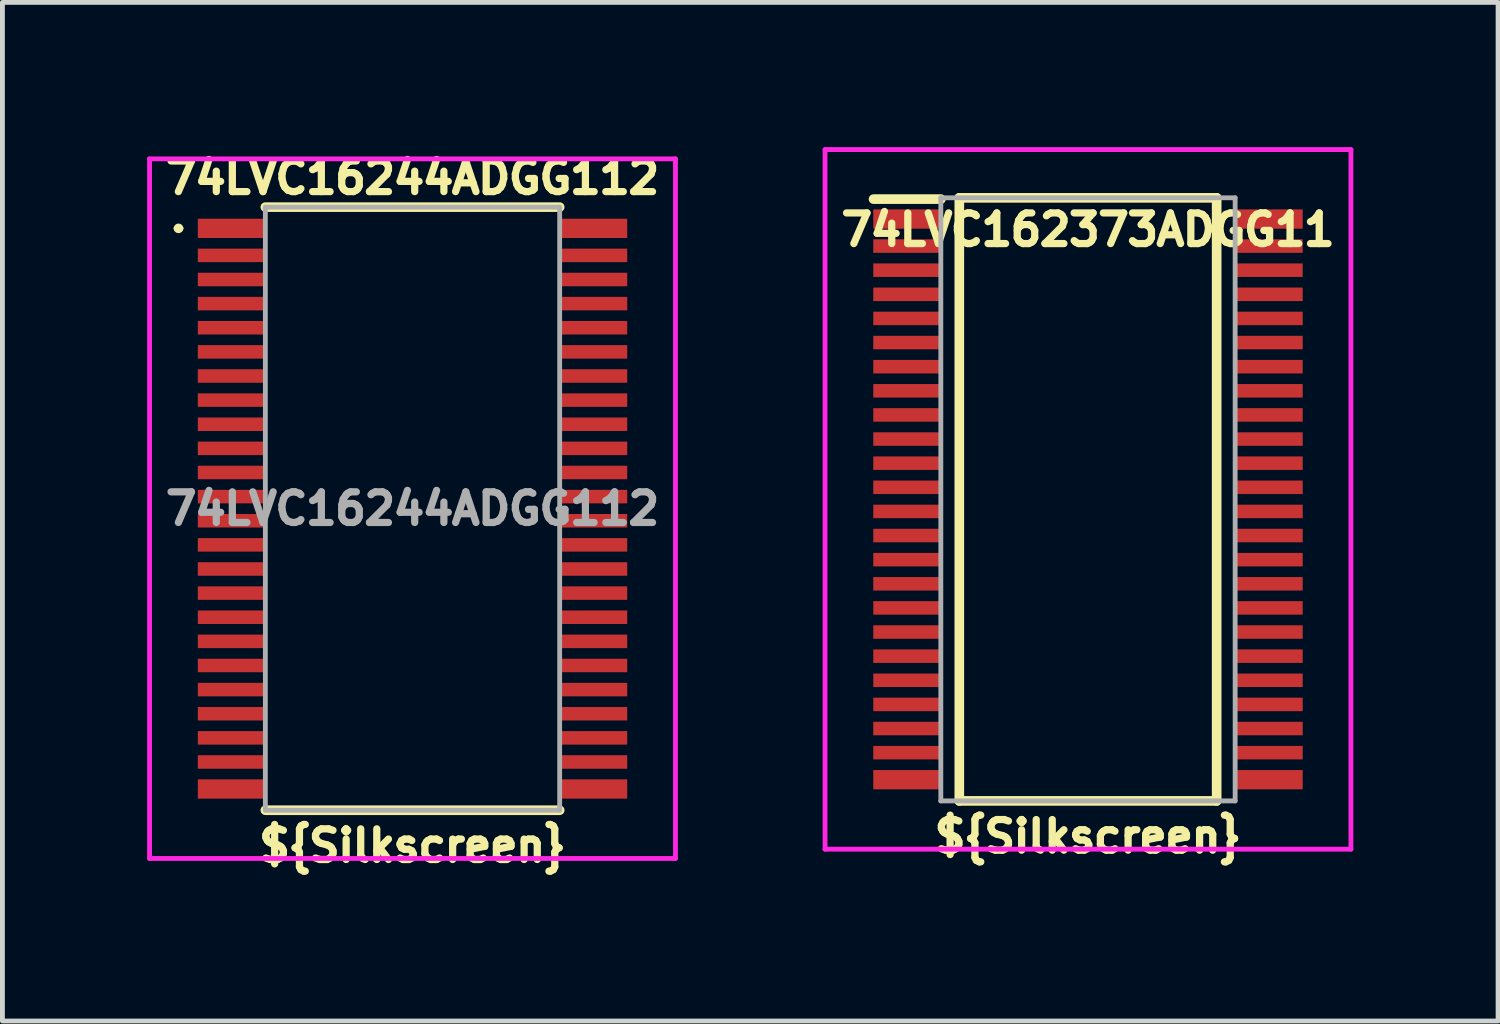
<source format=kicad_pcb>
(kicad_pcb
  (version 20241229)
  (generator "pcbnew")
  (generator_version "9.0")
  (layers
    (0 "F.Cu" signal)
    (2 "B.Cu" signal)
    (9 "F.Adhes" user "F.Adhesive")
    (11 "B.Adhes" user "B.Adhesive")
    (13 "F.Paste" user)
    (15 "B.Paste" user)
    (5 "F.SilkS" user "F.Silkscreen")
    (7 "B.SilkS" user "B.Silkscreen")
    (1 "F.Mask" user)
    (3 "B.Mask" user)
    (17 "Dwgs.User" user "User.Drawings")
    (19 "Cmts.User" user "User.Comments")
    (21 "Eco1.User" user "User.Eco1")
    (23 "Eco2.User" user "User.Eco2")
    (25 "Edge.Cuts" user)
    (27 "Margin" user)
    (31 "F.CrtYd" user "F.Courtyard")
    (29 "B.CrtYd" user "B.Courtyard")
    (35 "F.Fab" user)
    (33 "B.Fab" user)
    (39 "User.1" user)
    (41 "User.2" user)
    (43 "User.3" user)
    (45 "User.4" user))
  (footprint "74LVC16244ADGG112"
    (layer "F.Cu")
    (at 5.5 7.493)
    (property "Reference" "74LVC16244ADGG112" (at 0 -6.858 0) (layer "F.SilkS") (effects (font (size 0.635 0.635) (thickness 0.15) (bold yes))))
    (attr smd)
    (fp_line (start -4.9 -5.81) (end -4.9 -5.81) (stroke (width 0.1) (type solid)) (layer "F.SilkS"))
    (fp_line (start -4.8 -5.81) (end -4.8 -5.81) (stroke (width 0.1) (type solid)) (layer "F.SilkS"))
    (fp_line (start 3.05 -6.25) (end -3.05 -6.25) (stroke (width 0.2) (type solid)) (layer "F.SilkS"))
    (fp_line (start 3.05 6.25) (end -3.05 6.25) (stroke (width 0.2) (type solid)) (layer "F.SilkS"))
    (fp_arc (start -4.9 -5.81) (mid -4.85 -5.86) (end -4.8 -5.81) (stroke (width 0.1) (type solid)) (layer "F.SilkS"))
    (fp_arc (start -4.8 -5.81) (mid -4.85 -5.76) (end -4.9 -5.81) (stroke (width 0.1) (type solid)) (layer "F.SilkS"))
    (fp_line (start -5.45 -7.25) (end 5.45 -7.25) (stroke (width 0.1) (type solid)) (layer "F.CrtYd"))
    (fp_line (start -5.45 7.25) (end -5.45 -7.25) (stroke (width 0.1) (type solid)) (layer "F.CrtYd"))
    (fp_line (start 5.45 -7.25) (end 5.45 7.25) (stroke (width 0.1) (type solid)) (layer "F.CrtYd"))
    (fp_line (start 5.45 7.25) (end -5.45 7.25) (stroke (width 0.1) (type solid)) (layer "F.CrtYd"))
    (fp_line (start -3.05 -6.25) (end 3.05 -6.25) (stroke (width 0.1) (type solid)) (layer "F.Fab"))
    (fp_line (start -3.05 6.25) (end -3.05 -6.25) (stroke (width 0.1) (type solid)) (layer "F.Fab"))
    (fp_line (start 3.05 -6.25) (end 3.05 6.25) (stroke (width 0.1) (type solid)) (layer "F.Fab"))
    (fp_line (start 3.05 6.25) (end -3.05 6.25) (stroke (width 0.1) (type solid)) (layer "F.Fab"))
    (fp_text user "${Silkscreen}" (at 0 6.985 0) (layer "F.SilkS") (effects (font (size 0.635 0.635) (thickness 0.15))))
    (fp_text user "${REFERENCE}" (at 0 0 0) (layer "F.Fab") (effects (font (size 0.635 0.635) (thickness 0.15) (bold yes))))
    (pad "1" smd rect (at -3.75 -5.81 270) (size 0.4 1.4) (layers "F.Cu" "F.Mask" "F.Paste"))
    (pad "2" smd rect (at -3.75 -5.25 270) (size 0.28 1.4) (layers "F.Cu" "F.Mask" "F.Paste"))
    (pad "3" smd rect (at -3.75 -4.75 270) (size 0.28 1.4) (layers "F.Cu" "F.Mask" "F.Paste"))
    (pad "4" smd rect (at -3.75 -4.25 270) (size 0.28 1.4) (layers "F.Cu" "F.Mask" "F.Paste"))
    (pad "5" smd rect (at -3.75 -3.75 270) (size 0.28 1.4) (layers "F.Cu" "F.Mask" "F.Paste"))
    (pad "6" smd rect (at -3.75 -3.25 270) (size 0.28 1.4) (layers "F.Cu" "F.Mask" "F.Paste"))
    (pad "7" smd rect (at -3.75 -2.75 270) (size 0.28 1.4) (layers "F.Cu" "F.Mask" "F.Paste"))
    (pad "8" smd rect (at -3.75 -2.25 270) (size 0.28 1.4) (layers "F.Cu" "F.Mask" "F.Paste"))
    (pad "9" smd rect (at -3.75 -1.75 270) (size 0.28 1.4) (layers "F.Cu" "F.Mask" "F.Paste"))
    (pad "10" smd rect (at -3.75 -1.25 270) (size 0.28 1.4) (layers "F.Cu" "F.Mask" "F.Paste"))
    (pad "11" smd rect (at -3.75 -0.75 270) (size 0.28 1.4) (layers "F.Cu" "F.Mask" "F.Paste"))
    (pad "12" smd rect (at -3.75 -0.25 270) (size 0.28 1.4) (layers "F.Cu" "F.Mask" "F.Paste"))
    (pad "13" smd rect (at -3.75 0.25 270) (size 0.28 1.4) (layers "F.Cu" "F.Mask" "F.Paste"))
    (pad "14" smd rect (at -3.75 0.75 270) (size 0.28 1.4) (layers "F.Cu" "F.Mask" "F.Paste"))
    (pad "15" smd rect (at -3.75 1.25 270) (size 0.28 1.4) (layers "F.Cu" "F.Mask" "F.Paste"))
    (pad "16" smd rect (at -3.75 1.75 270) (size 0.28 1.4) (layers "F.Cu" "F.Mask" "F.Paste"))
    (pad "17" smd rect (at -3.75 2.25 270) (size 0.28 1.4) (layers "F.Cu" "F.Mask" "F.Paste"))
    (pad "18" smd rect (at -3.75 2.75 270) (size 0.28 1.4) (layers "F.Cu" "F.Mask" "F.Paste"))
    (pad "19" smd rect (at -3.75 3.25 270) (size 0.28 1.4) (layers "F.Cu" "F.Mask" "F.Paste"))
    (pad "20" smd rect (at -3.75 3.75 270) (size 0.28 1.4) (layers "F.Cu" "F.Mask" "F.Paste"))
    (pad "21" smd rect (at -3.75 4.25 270) (size 0.28 1.4) (layers "F.Cu" "F.Mask" "F.Paste"))
    (pad "22" smd rect (at -3.75 4.75 270) (size 0.28 1.4) (layers "F.Cu" "F.Mask" "F.Paste"))
    (pad "23" smd rect (at -3.75 5.25 270) (size 0.28 1.4) (layers "F.Cu" "F.Mask" "F.Paste"))
    (pad "24" smd rect (at -3.75 5.81 270) (size 0.4 1.4) (layers "F.Cu" "F.Mask" "F.Paste"))
    (pad "25" smd rect (at 3.75 5.81 270) (size 0.4 1.4) (layers "F.Cu" "F.Mask" "F.Paste"))
    (pad "26" smd rect (at 3.75 5.25 270) (size 0.28 1.4) (layers "F.Cu" "F.Mask" "F.Paste"))
    (pad "27" smd rect (at 3.75 4.75 270) (size 0.28 1.4) (layers "F.Cu" "F.Mask" "F.Paste"))
    (pad "28" smd rect (at 3.75 4.25 270) (size 0.28 1.4) (layers "F.Cu" "F.Mask" "F.Paste"))
    (pad "29" smd rect (at 3.75 3.75 270) (size 0.28 1.4) (layers "F.Cu" "F.Mask" "F.Paste"))
    (pad "30" smd rect (at 3.75 3.25 270) (size 0.28 1.4) (layers "F.Cu" "F.Mask" "F.Paste"))
    (pad "31" smd rect (at 3.75 2.75 270) (size 0.28 1.4) (layers "F.Cu" "F.Mask" "F.Paste"))
    (pad "32" smd rect (at 3.75 2.25 270) (size 0.28 1.4) (layers "F.Cu" "F.Mask" "F.Paste"))
    (pad "33" smd rect (at 3.75 1.75 270) (size 0.28 1.4) (layers "F.Cu" "F.Mask" "F.Paste"))
    (pad "34" smd rect (at 3.75 1.25 270) (size 0.28 1.4) (layers "F.Cu" "F.Mask" "F.Paste"))
    (pad "35" smd rect (at 3.75 0.75 270) (size 0.28 1.4) (layers "F.Cu" "F.Mask" "F.Paste"))
    (pad "36" smd rect (at 3.75 0.25 270) (size 0.28 1.4) (layers "F.Cu" "F.Mask" "F.Paste"))
    (pad "37" smd rect (at 3.75 -0.25 270) (size 0.28 1.4) (layers "F.Cu" "F.Mask" "F.Paste"))
    (pad "38" smd rect (at 3.75 -0.75 270) (size 0.28 1.4) (layers "F.Cu" "F.Mask" "F.Paste"))
    (pad "39" smd rect (at 3.75 -1.25 270) (size 0.28 1.4) (layers "F.Cu" "F.Mask" "F.Paste"))
    (pad "40" smd rect (at 3.75 -1.75 270) (size 0.28 1.4) (layers "F.Cu" "F.Mask" "F.Paste"))
    (pad "41" smd rect (at 3.75 -2.25 270) (size 0.28 1.4) (layers "F.Cu" "F.Mask" "F.Paste"))
    (pad "42" smd rect (at 3.75 -2.75 270) (size 0.28 1.4) (layers "F.Cu" "F.Mask" "F.Paste"))
    (pad "43" smd rect (at 3.75 -3.25 270) (size 0.28 1.4) (layers "F.Cu" "F.Mask" "F.Paste"))
    (pad "44" smd rect (at 3.75 -3.75 270) (size 0.28 1.4) (layers "F.Cu" "F.Mask" "F.Paste"))
    (pad "45" smd rect (at 3.75 -4.25 270) (size 0.28 1.4) (layers "F.Cu" "F.Mask" "F.Paste"))
    (pad "46" smd rect (at 3.75 -4.75 270) (size 0.28 1.4) (layers "F.Cu" "F.Mask" "F.Paste"))
    (pad "47" smd rect (at 3.75 -5.25 270) (size 0.28 1.4) (layers "F.Cu" "F.Mask" "F.Paste"))
    (pad "48" smd rect (at 3.75 -5.81 270) (size 0.4 1.4) (layers "F.Cu" "F.Mask" "F.Paste")))
  (footprint "74LVC162373ADGG11"
    (layer "F.Cu")
    (at 19.5 7.3)
    (property "Reference" "74LVC162373ADGG11" (at 0 -5.588 0) (layer "F.SilkS") (effects (font (size 0.635 0.635) (thickness 0.15) (bold yes))))
    (attr smd)
    (fp_line (start -3.048 -6.223) (end -4.445 -6.223) (stroke (width 0.2) (type solid)) (layer "F.SilkS"))
    (fp_line (start -2.667 6.25) (end -2.667 -6.25) (stroke (width 0.2) (type solid)) (layer "F.SilkS"))
    (fp_line (start 2.667 -6.25) (end -2.667 -6.25) (stroke (width 0.2) (type solid)) (layer "F.SilkS"))
    (fp_line (start 2.667 6.25) (end -2.667 6.25) (stroke (width 0.2) (type solid)) (layer "F.SilkS"))
    (fp_line (start 2.667 6.25) (end 2.667 -6.25) (stroke (width 0.2) (type solid)) (layer "F.SilkS"))
    (fp_line (start -5.45 -7.25) (end 5.45 -7.25) (stroke (width 0.1) (type solid)) (layer "F.CrtYd"))
    (fp_line (start -5.45 7.25) (end -5.45 -7.25) (stroke (width 0.1) (type solid)) (layer "F.CrtYd"))
    (fp_line (start 5.45 -7.25) (end 5.45 7.25) (stroke (width 0.1) (type solid)) (layer "F.CrtYd"))
    (fp_line (start 5.45 7.25) (end -5.45 7.25) (stroke (width 0.1) (type solid)) (layer "F.CrtYd"))
    (fp_line (start -3.05 -6.25) (end 3.05 -6.25) (stroke (width 0.1) (type solid)) (layer "F.Fab"))
    (fp_line (start -3.05 6.25) (end -3.05 -6.25) (stroke (width 0.1) (type solid)) (layer "F.Fab"))
    (fp_line (start 3.05 -6.25) (end 3.05 6.25) (stroke (width 0.1) (type solid)) (layer "F.Fab"))
    (fp_line (start 3.05 6.25) (end -3.05 6.25) (stroke (width 0.1) (type solid)) (layer "F.Fab"))
    (fp_text user "${Silkscreen}" (at 0 6.985 0) (layer "F.SilkS") (effects (font (size 0.635 0.635) (thickness 0.15))))
    (pad "1" smd rect (at -3.75 -5.81 270) (size 0.4 1.4) (layers "F.Cu" "F.Mask" "F.Paste"))
    (pad "2" smd rect (at -3.75 -5.25 270) (size 0.28 1.4) (layers "F.Cu" "F.Mask" "F.Paste"))
    (pad "3" smd rect (at -3.75 -4.75 270) (size 0.28 1.4) (layers "F.Cu" "F.Mask" "F.Paste"))
    (pad "4" smd rect (at -3.75 -4.25 270) (size 0.28 1.4) (layers "F.Cu" "F.Mask" "F.Paste"))
    (pad "5" smd rect (at -3.75 -3.75 270) (size 0.28 1.4) (layers "F.Cu" "F.Mask" "F.Paste"))
    (pad "6" smd rect (at -3.75 -3.25 270) (size 0.28 1.4) (layers "F.Cu" "F.Mask" "F.Paste"))
    (pad "7" smd rect (at -3.75 -2.75 270) (size 0.28 1.4) (layers "F.Cu" "F.Mask" "F.Paste"))
    (pad "8" smd rect (at -3.75 -2.25 270) (size 0.28 1.4) (layers "F.Cu" "F.Mask" "F.Paste"))
    (pad "9" smd rect (at -3.75 -1.75 270) (size 0.28 1.4) (layers "F.Cu" "F.Mask" "F.Paste"))
    (pad "10" smd rect (at -3.75 -1.25 270) (size 0.28 1.4) (layers "F.Cu" "F.Mask" "F.Paste"))
    (pad "11" smd rect (at -3.75 -0.75 270) (size 0.28 1.4) (layers "F.Cu" "F.Mask" "F.Paste"))
    (pad "12" smd rect (at -3.75 -0.25 270) (size 0.28 1.4) (layers "F.Cu" "F.Mask" "F.Paste"))
    (pad "13" smd rect (at -3.75 0.25 270) (size 0.28 1.4) (layers "F.Cu" "F.Mask" "F.Paste"))
    (pad "14" smd rect (at -3.75 0.75 270) (size 0.28 1.4) (layers "F.Cu" "F.Mask" "F.Paste"))
    (pad "15" smd rect (at -3.75 1.25 270) (size 0.28 1.4) (layers "F.Cu" "F.Mask" "F.Paste"))
    (pad "16" smd rect (at -3.75 1.75 270) (size 0.28 1.4) (layers "F.Cu" "F.Mask" "F.Paste"))
    (pad "17" smd rect (at -3.75 2.25 270) (size 0.28 1.4) (layers "F.Cu" "F.Mask" "F.Paste"))
    (pad "18" smd rect (at -3.75 2.75 270) (size 0.28 1.4) (layers "F.Cu" "F.Mask" "F.Paste"))
    (pad "19" smd rect (at -3.75 3.25 270) (size 0.28 1.4) (layers "F.Cu" "F.Mask" "F.Paste"))
    (pad "20" smd rect (at -3.75 3.75 270) (size 0.28 1.4) (layers "F.Cu" "F.Mask" "F.Paste"))
    (pad "21" smd rect (at -3.75 4.25 270) (size 0.28 1.4) (layers "F.Cu" "F.Mask" "F.Paste"))
    (pad "22" smd rect (at -3.75 4.75 270) (size 0.28 1.4) (layers "F.Cu" "F.Mask" "F.Paste"))
    (pad "23" smd rect (at -3.75 5.25 270) (size 0.28 1.4) (layers "F.Cu" "F.Mask" "F.Paste"))
    (pad "24" smd rect (at -3.75 5.81 270) (size 0.4 1.4) (layers "F.Cu" "F.Mask" "F.Paste"))
    (pad "25" smd rect (at 3.75 5.81 270) (size 0.4 1.4) (layers "F.Cu" "F.Mask" "F.Paste"))
    (pad "26" smd rect (at 3.75 5.25 270) (size 0.28 1.4) (layers "F.Cu" "F.Mask" "F.Paste"))
    (pad "27" smd rect (at 3.75 4.75 270) (size 0.28 1.4) (layers "F.Cu" "F.Mask" "F.Paste"))
    (pad "28" smd rect (at 3.75 4.25 270) (size 0.28 1.4) (layers "F.Cu" "F.Mask" "F.Paste"))
    (pad "29" smd rect (at 3.75 3.75 270) (size 0.28 1.4) (layers "F.Cu" "F.Mask" "F.Paste"))
    (pad "30" smd rect (at 3.75 3.25 270) (size 0.28 1.4) (layers "F.Cu" "F.Mask" "F.Paste"))
    (pad "31" smd rect (at 3.75 2.75 270) (size 0.28 1.4) (layers "F.Cu" "F.Mask" "F.Paste"))
    (pad "32" smd rect (at 3.75 2.25 270) (size 0.28 1.4) (layers "F.Cu" "F.Mask" "F.Paste"))
    (pad "33" smd rect (at 3.75 1.75 270) (size 0.28 1.4) (layers "F.Cu" "F.Mask" "F.Paste"))
    (pad "34" smd rect (at 3.75 1.25 270) (size 0.28 1.4) (layers "F.Cu" "F.Mask" "F.Paste"))
    (pad "35" smd rect (at 3.75 0.75 270) (size 0.28 1.4) (layers "F.Cu" "F.Mask" "F.Paste"))
    (pad "36" smd rect (at 3.75 0.25 270) (size 0.28 1.4) (layers "F.Cu" "F.Mask" "F.Paste"))
    (pad "37" smd rect (at 3.75 -0.25 270) (size 0.28 1.4) (layers "F.Cu" "F.Mask" "F.Paste"))
    (pad "38" smd rect (at 3.75 -0.75 270) (size 0.28 1.4) (layers "F.Cu" "F.Mask" "F.Paste"))
    (pad "39" smd rect (at 3.75 -1.25 270) (size 0.28 1.4) (layers "F.Cu" "F.Mask" "F.Paste"))
    (pad "40" smd rect (at 3.75 -1.75 270) (size 0.28 1.4) (layers "F.Cu" "F.Mask" "F.Paste"))
    (pad "41" smd rect (at 3.75 -2.25 270) (size 0.28 1.4) (layers "F.Cu" "F.Mask" "F.Paste"))
    (pad "42" smd rect (at 3.75 -2.75 270) (size 0.28 1.4) (layers "F.Cu" "F.Mask" "F.Paste"))
    (pad "43" smd rect (at 3.75 -3.25 270) (size 0.28 1.4) (layers "F.Cu" "F.Mask" "F.Paste"))
    (pad "44" smd rect (at 3.75 -3.75 270) (size 0.28 1.4) (layers "F.Cu" "F.Mask" "F.Paste"))
    (pad "45" smd rect (at 3.75 -4.25 270) (size 0.28 1.4) (layers "F.Cu" "F.Mask" "F.Paste"))
    (pad "46" smd rect (at 3.75 -4.75 270) (size 0.28 1.4) (layers "F.Cu" "F.Mask" "F.Paste"))
    (pad "47" smd rect (at 3.75 -5.25 270) (size 0.28 1.4) (layers "F.Cu" "F.Mask" "F.Paste"))
    (pad "48" smd rect (at 3.75 -5.81 270) (size 0.4 1.4) (layers "F.Cu" "F.Mask" "F.Paste")))
  (gr_rect
    (start -3 -3)
    (end 28 18.112)
    (stroke (width 0.1) (type default))
    (fill no)
    (layer "Edge.Cuts")))
</source>
